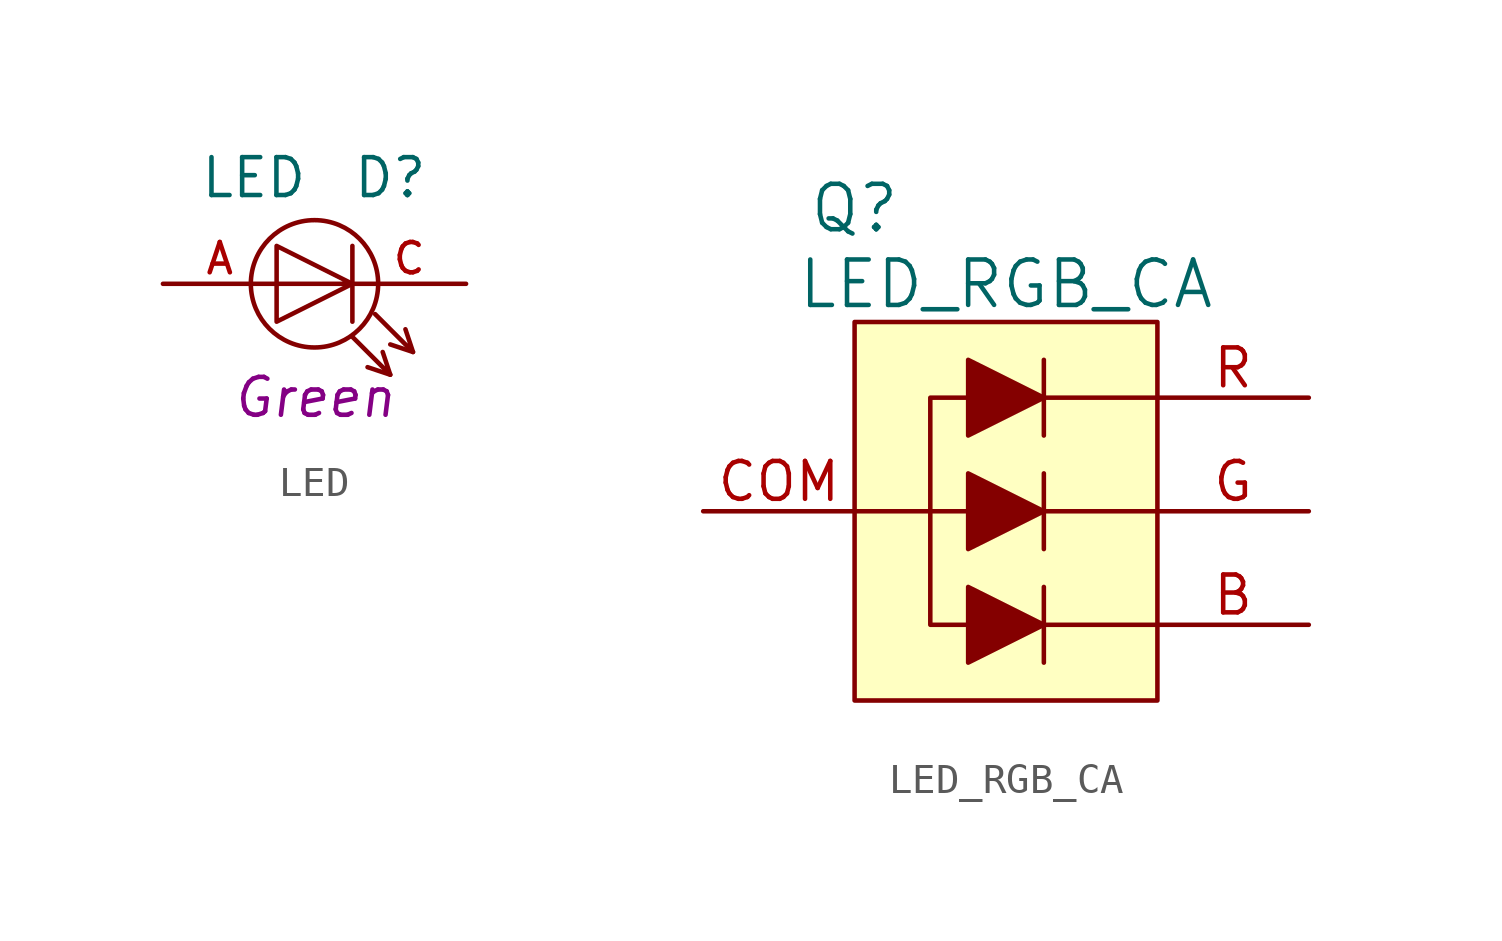
<source format=kicad_sym>
(kicad_symbol_lib
  (version 20231120)
  (generator "kicad_symbol_editor")
  (generator_version "8.0")
  (symbol "LED"
    (pin_names
      (offset 1.016) hide)
    (property "Reference" "D"
      (at 2.54 3.556 0)
      (effects (font (size 1.27 1.27))))
    (property "Value" "LED"
      (at -2.032 3.556 0)
      (effects (font (size 1.27 1.27))))
    (property "Color" "Green"
      (at 0 -3.81 0)
      (effects (font (size 1.27 1.27) (italic yes))))
    (symbol "LED_0_1"
      (polyline (pts (xy 1.27 1.27) (xy 1.27 -1.27)) (stroke (width 0) (type default)) (fill (type none)))
      (polyline (pts (xy 2.54 -3.048) (xy 1.778 -2.794)) (stroke (width 0) (type default)) (fill (type none)))
      (polyline (pts (xy 3.302 -2.286) (xy 2.54 -2.032)) (stroke (width 0) (type default)) (fill (type none)))
      (polyline (pts (xy 1.27 -1.778) (xy 2.54 -3.048) (xy 2.286 -2.286) (xy 2.286 -2.286)) (stroke (width 0) (type default)) (fill (type none)))
      (polyline (pts (xy 2.032 -1.016) (xy 3.302 -2.286) (xy 3.048 -1.524) (xy 3.048 -1.524)) (stroke (width 0) (type default)) (fill (type none)))
      (polyline (pts (xy 1.27 0) (xy -1.27 -1.27) (xy -1.27 1.27) (xy 1.27 0) (xy -1.27 0)) (stroke (width 0) (type default)) (fill (type none)))
      (circle (center 0 0) (radius 2.134) (stroke (width 0) (type default)) (fill (type none))))
    (symbol "LED_1_1"
      (pin passive line (at -5.08 0 0) (length 3.81) (name "A" (effects (font (size 1.016 1.016)))) (number "A" (effects (font (size 1.016 1.016)))))
      (pin passive line (at 5.08 0 180) (length 3.81) (name "C" (effects (font (size 1.016 1.016)))) (number "C" (effects (font (size 1.016 1.016)))))))
  (symbol "LED_RGB_CA"
    (pin_names
      (offset 1.016) hide)
    (property "Reference" "Q"
      (at -5.08 10.16 0)
      (effects (font (size 1.524 1.524))))
    (property "Value" "LED_RGB_CA"
      (at 0 7.62 0)
      (effects (font (size 1.524 1.524))))
    (property "Footprint" ""
      (at 0 0 0)
      (effects (font (size 1.524 1.524))))
    (property "Datasheet" ""
      (at 0 0 0)
      (effects (font (size 1.524 1.524))))
    (symbol "LED_RGB_CA_0_1"
      (rectangle (start -5.08 6.35) (end 5.08 -6.35) (stroke (width 0) (type default)) (fill (type background)))
      (polyline (pts (xy -5.08 0) (xy -2.54 0) (xy -2.54 0)) (stroke (width 0) (type default)) (fill (type none)))
      (polyline (pts (xy -2.54 0) (xy -1.27 0) (xy -1.27 0)) (stroke (width 0) (type default)) (fill (type none)))
      (polyline (pts (xy 1.27 -3.81) (xy 5.08 -3.81) (xy 5.08 -3.81)) (stroke (width 0) (type default)) (fill (type none)))
      (polyline (pts (xy 1.27 -2.54) (xy 1.27 -5.08) (xy 1.27 -5.08)) (stroke (width 0) (type default)) (fill (type none)))
      (polyline (pts (xy 1.27 0) (xy 5.08 0) (xy 5.08 0)) (stroke (width 0) (type default)) (fill (type none)))
      (polyline (pts (xy 1.27 1.27) (xy 1.27 -1.27) (xy 1.27 -1.27)) (stroke (width 0) (type default)) (fill (type none)))
      (polyline (pts (xy 1.27 3.81) (xy 5.08 3.81) (xy 5.08 3.81)) (stroke (width 0) (type default)) (fill (type none)))
      (polyline (pts (xy 1.27 5.08) (xy 1.27 2.54) (xy 1.27 2.54)) (stroke (width 0) (type default)) (fill (type none)))
      (polyline (pts (xy -1.27 -2.54) (xy -1.27 -5.08) (xy 1.27 -3.81) (xy -1.27 -2.54) (xy -1.27 -2.54)) (stroke (width 0) (type default)) (fill (type outline)))
      (polyline (pts (xy -1.27 1.27) (xy -1.27 -1.27) (xy 1.27 0) (xy -1.27 1.27) (xy -1.27 1.27)) (stroke (width 0) (type default)) (fill (type outline)))
      (polyline (pts (xy -1.27 3.81) (xy -2.54 3.81) (xy -2.54 -3.81) (xy -1.27 -3.81) (xy -1.27 -3.81)) (stroke (width 0) (type default)) (fill (type none)))
      (polyline (pts (xy -1.27 5.08) (xy -1.27 2.54) (xy 1.27 3.81) (xy -1.27 5.08) (xy -1.27 5.08)) (stroke (width 0) (type default)) (fill (type outline))))
    (symbol "LED_RGB_CA_1_1"
      (pin passive line (at 10.16 -3.81 180) (length 5.08) (name "B" (effects (font (size 1.27 1.27)))) (number "B" (effects (font (size 1.27 1.27)))))
      (pin passive line (at -10.16 0 0) (length 5.08) (name "COM" (effects (font (size 1.27 1.27)))) (number "COM" (effects (font (size 1.27 1.27)))))
      (pin passive line (at 10.16 0 180) (length 5.08) (name "G" (effects (font (size 1.27 1.27)))) (number "G" (effects (font (size 1.27 1.27)))))
      (pin passive line (at 10.16 3.81 180) (length 5.08) (name "R" (effects (font (size 1.27 1.27)))) (number "R" (effects (font (size 1.27 1.27))))))))
</source>
